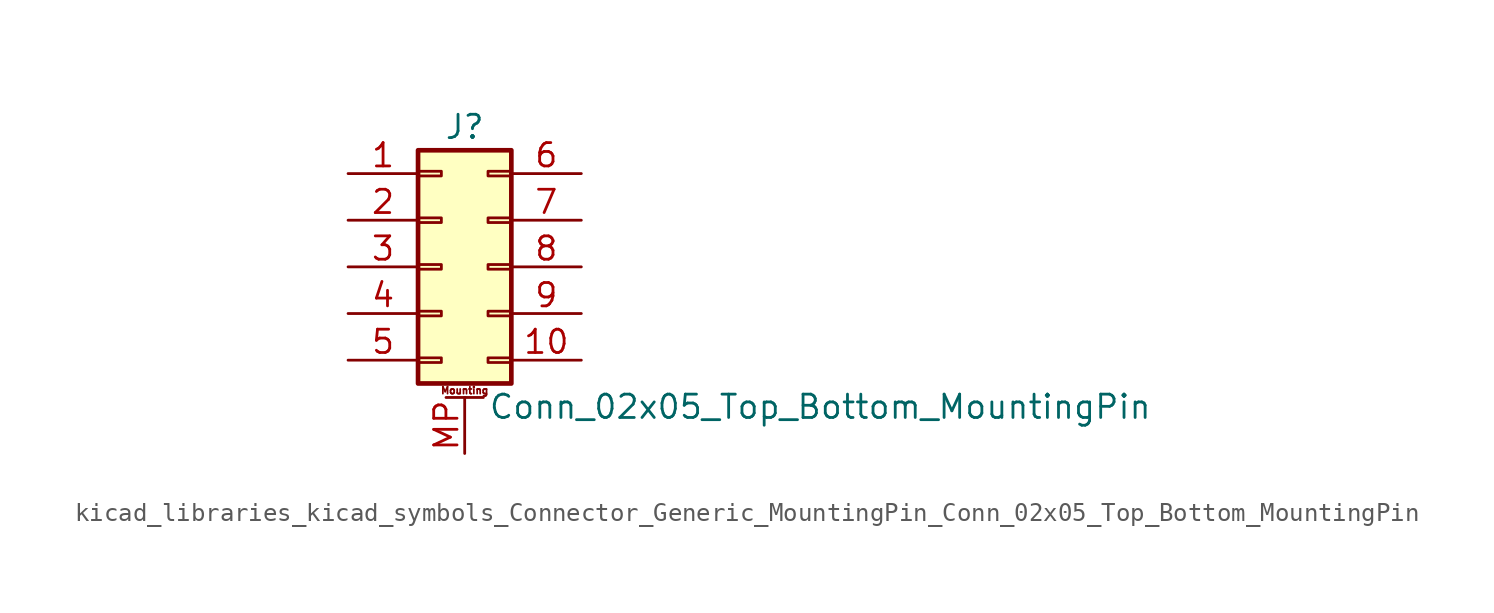
<source format=kicad_sym>
(kicad_symbol_lib
  (version 20220914)
  (generator kicad_symbol_editor)
  (symbol "kicad_libraries_kicad_symbols_Connector_Generic_MountingPin_Conn_02x05_Top_Bottom_MountingPin"
    (pin_names
      (offset 1.016) hide)
    (property "Reference" "J"
      (at 1.27 7.62 0)
      (effects (font (size 1.27 1.27))))
    (property "Value" "Conn_02x05_Top_Bottom_MountingPin"
      (at 2.54 -7.62 0)
      (effects (font (size 1.27 1.27)) (justify left)))
    (symbol "kicad_libraries_kicad_symbols_Connector_Generic_MountingPin_Conn_02x05_Top_Bottom_MountingPin_1_1"
      (rectangle (start -1.27 -4.953) (end 0 -5.207) (stroke (width 0.152) (type default)) (fill (type none)))
      (rectangle (start -1.27 -2.413) (end 0 -2.667) (stroke (width 0.152) (type default)) (fill (type none)))
      (rectangle (start -1.27 0.127) (end 0 -0.127) (stroke (width 0.152) (type default)) (fill (type none)))
      (rectangle (start -1.27 2.667) (end 0 2.413) (stroke (width 0.152) (type default)) (fill (type none)))
      (rectangle (start -1.27 5.207) (end 0 4.953) (stroke (width 0.152) (type default)) (fill (type none)))
      (rectangle (start -1.27 6.35) (end 3.81 -6.35) (stroke (width 0.254) (type default)) (fill (type background)))
      (polyline (pts (xy 0.254 -7.112) (xy 2.286 -7.112)) (stroke (width 0.152) (type default)) (fill (type none)))
      (rectangle (start 3.81 -4.953) (end 2.54 -5.207) (stroke (width 0.152) (type default)) (fill (type none)))
      (rectangle (start 3.81 -2.413) (end 2.54 -2.667) (stroke (width 0.152) (type default)) (fill (type none)))
      (rectangle (start 3.81 0.127) (end 2.54 -0.127) (stroke (width 0.152) (type default)) (fill (type none)))
      (rectangle (start 3.81 2.667) (end 2.54 2.413) (stroke (width 0.152) (type default)) (fill (type none)))
      (rectangle (start 3.81 5.207) (end 2.54 4.953) (stroke (width 0.152) (type default)) (fill (type none)))
      (text "Mounting" (at 1.27 -6.731 0) (effects (font (size 0.381 0.381))))
      (pin passive line (at -5.08 5.08 0) (length 3.81) (name "Pin_1" (effects (font (size 1.27 1.27)))) (number "1" (effects (font (size 1.27 1.27)))))
      (pin passive line (at 7.62 -5.08 180) (length 3.81) (name "Pin_10" (effects (font (size 1.27 1.27)))) (number "10" (effects (font (size 1.27 1.27)))))
      (pin passive line (at -5.08 2.54 0) (length 3.81) (name "Pin_2" (effects (font (size 1.27 1.27)))) (number "2" (effects (font (size 1.27 1.27)))))
      (pin passive line (at -5.08 0 0) (length 3.81) (name "Pin_3" (effects (font (size 1.27 1.27)))) (number "3" (effects (font (size 1.27 1.27)))))
      (pin passive line (at -5.08 -2.54 0) (length 3.81) (name "Pin_4" (effects (font (size 1.27 1.27)))) (number "4" (effects (font (size 1.27 1.27)))))
      (pin passive line (at -5.08 -5.08 0) (length 3.81) (name "Pin_5" (effects (font (size 1.27 1.27)))) (number "5" (effects (font (size 1.27 1.27)))))
      (pin passive line (at 7.62 5.08 180) (length 3.81) (name "Pin_6" (effects (font (size 1.27 1.27)))) (number "6" (effects (font (size 1.27 1.27)))))
      (pin passive line (at 7.62 2.54 180) (length 3.81) (name "Pin_7" (effects (font (size 1.27 1.27)))) (number "7" (effects (font (size 1.27 1.27)))))
      (pin passive line (at 7.62 0 180) (length 3.81) (name "Pin_8" (effects (font (size 1.27 1.27)))) (number "8" (effects (font (size 1.27 1.27)))))
      (pin passive line (at 7.62 -2.54 180) (length 3.81) (name "Pin_9" (effects (font (size 1.27 1.27)))) (number "9" (effects (font (size 1.27 1.27)))))
      (pin passive line (at 1.27 -10.16 90) (length 3.048) (name "MountPin" (effects (font (size 1.27 1.27)))) (number "MP" (effects (font (size 1.27 1.27))))))))
</source>
